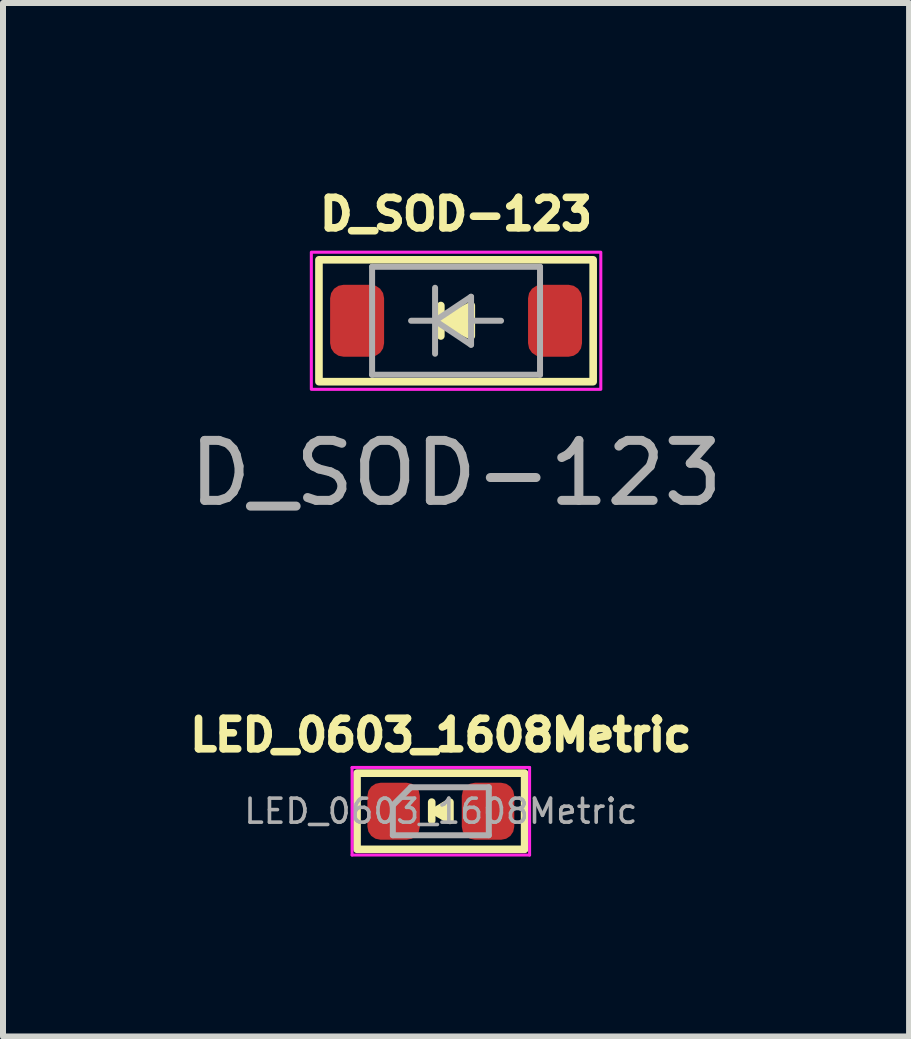
<source format=kicad_pcb>
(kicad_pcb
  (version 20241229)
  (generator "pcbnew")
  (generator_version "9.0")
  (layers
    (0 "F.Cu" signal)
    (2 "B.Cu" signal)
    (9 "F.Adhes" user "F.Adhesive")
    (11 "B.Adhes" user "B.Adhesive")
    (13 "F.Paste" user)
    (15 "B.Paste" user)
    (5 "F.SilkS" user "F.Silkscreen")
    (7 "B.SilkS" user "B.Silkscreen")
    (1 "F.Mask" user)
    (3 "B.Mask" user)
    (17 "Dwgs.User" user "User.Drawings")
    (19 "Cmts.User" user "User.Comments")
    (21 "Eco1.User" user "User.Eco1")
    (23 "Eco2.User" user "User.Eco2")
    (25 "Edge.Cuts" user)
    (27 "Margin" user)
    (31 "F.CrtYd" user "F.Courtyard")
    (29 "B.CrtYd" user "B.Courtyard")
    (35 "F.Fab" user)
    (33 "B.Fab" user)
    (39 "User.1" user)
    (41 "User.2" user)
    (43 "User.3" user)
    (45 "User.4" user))
  (footprint "D_SOD-123"
    (layer "F.Cu")
    (at 4.554 2.298)
    (property "Reference" "D_SOD-123" (at 0 -1.778 0) (layer "F.SilkS") (effects (font (size 0.508 0.508) (thickness 0.127) (bold yes))))
    (attr smd)
    (fp_line (start -0.254 -0.254) (end -0.254 0.254) (stroke (width 0.127) (type default)) (layer "F.SilkS"))
    (fp_rect (start -2.286 -1.016) (end 2.286 1.016) (stroke (width 0.127) (type default)) (fill no) (layer "F.SilkS"))
    (fp_poly (pts (xy -0.254 0) (xy 0.254 -0.254) (xy 0.254 0.254)) (stroke (width 0.127) (type solid)) (fill yes) (layer "F.SilkS"))
    (fp_rect (start -2.413 -1.143) (end 2.413 1.143) (stroke (width 0.051) (type default)) (fill no) (layer "F.CrtYd"))
    (fp_line (start -1.4 -0.9) (end 1.4 -0.9) (stroke (width 0.1) (type solid)) (layer "F.Fab"))
    (fp_line (start -1.4 0.9) (end -1.4 -0.9) (stroke (width 0.1) (type solid)) (layer "F.Fab"))
    (fp_line (start -0.75 0) (end -0.35 0) (stroke (width 0.1) (type solid)) (layer "F.Fab"))
    (fp_line (start -0.35 0) (end -0.35 -0.55) (stroke (width 0.1) (type solid)) (layer "F.Fab"))
    (fp_line (start -0.35 0) (end -0.35 0.55) (stroke (width 0.1) (type solid)) (layer "F.Fab"))
    (fp_line (start -0.35 0) (end 0.25 -0.4) (stroke (width 0.1) (type solid)) (layer "F.Fab"))
    (fp_line (start 0.25 -0.4) (end 0.25 0.4) (stroke (width 0.1) (type solid)) (layer "F.Fab"))
    (fp_line (start 0.25 0) (end 0.75 0) (stroke (width 0.1) (type solid)) (layer "F.Fab"))
    (fp_line (start 0.25 0.4) (end -0.35 0) (stroke (width 0.1) (type solid)) (layer "F.Fab"))
    (fp_line (start 1.4 -0.9) (end 1.4 0.9) (stroke (width 0.1) (type solid)) (layer "F.Fab"))
    (fp_line (start 1.4 0.9) (end -1.4 0.9) (stroke (width 0.1) (type solid)) (layer "F.Fab"))
    (fp_text user "${REFERENCE}" (at 0 2.54 0) (layer "F.Fab") (effects (font (size 1 1) (thickness 0.15))))
    (pad "1" smd roundrect (at -1.65 0) (size 0.9 1.2) (layers "F.Cu" "F.Mask" "F.Paste") (roundrect_rratio 0.25))
    (pad "2" smd roundrect (at 1.65 0) (size 0.9 1.2) (layers "F.Cu" "F.Mask" "F.Paste") (roundrect_rratio 0.25)))
  (footprint "LED_0603_1608Metric"
    (layer "F.Cu")
    (at 4.3 10.476)
    (property "Reference" "LED_0603_1608Metric" (at 0 -1.27 0) (layer "F.SilkS") (effects (font (size 0.508 0.508) (thickness 0.127))))
    (attr smd)
    (fp_line (start -0.152 -0.152) (end -0.152 0.152) (stroke (width 0.127) (type default)) (layer "F.SilkS"))
    (fp_rect (start -1.397 -0.635) (end 1.397 0.635) (stroke (width 0.127) (type default)) (fill no) (layer "F.SilkS"))
    (fp_poly (pts (xy -0.102 0) (xy 0.152 -0.152) (xy 0.152 0.152)) (stroke (width 0.127) (type solid)) (fill yes) (layer "F.SilkS"))
    (fp_line (start -1.48 -0.73) (end 1.48 -0.73) (stroke (width 0.05) (type solid)) (layer "F.CrtYd"))
    (fp_line (start -1.48 0.73) (end -1.48 -0.73) (stroke (width 0.05) (type solid)) (layer "F.CrtYd"))
    (fp_line (start 1.48 -0.73) (end 1.48 0.73) (stroke (width 0.05) (type solid)) (layer "F.CrtYd"))
    (fp_line (start 1.48 0.73) (end -1.48 0.73) (stroke (width 0.05) (type solid)) (layer "F.CrtYd"))
    (fp_line (start -0.8 -0.1) (end -0.8 0.4) (stroke (width 0.1) (type solid)) (layer "F.Fab"))
    (fp_line (start -0.8 0.4) (end 0.8 0.4) (stroke (width 0.1) (type solid)) (layer "F.Fab"))
    (fp_line (start -0.5 -0.4) (end -0.8 -0.1) (stroke (width 0.1) (type solid)) (layer "F.Fab"))
    (fp_line (start 0.8 -0.4) (end -0.5 -0.4) (stroke (width 0.1) (type solid)) (layer "F.Fab"))
    (fp_line (start 0.8 0.4) (end 0.8 -0.4) (stroke (width 0.1) (type solid)) (layer "F.Fab"))
    (fp_text user "${REFERENCE}" (at 0 0 0) (layer "F.Fab") (effects (font (size 0.4 0.4) (thickness 0.06))))
    (pad "1" smd roundrect (at -0.787 0) (size 0.875 0.95) (layers "F.Cu" "F.Mask" "F.Paste") (roundrect_rratio 0.25))
    (pad "2" smd roundrect (at 0.787 0) (size 0.875 0.95) (layers "F.Cu" "F.Mask" "F.Paste") (roundrect_rratio 0.25)))
  (gr_rect
    (start -3 -3)
    (end 12.107 14.231)
    (stroke (width 0.1) (type default))
    (fill no)
    (layer "Edge.Cuts")))
</source>
